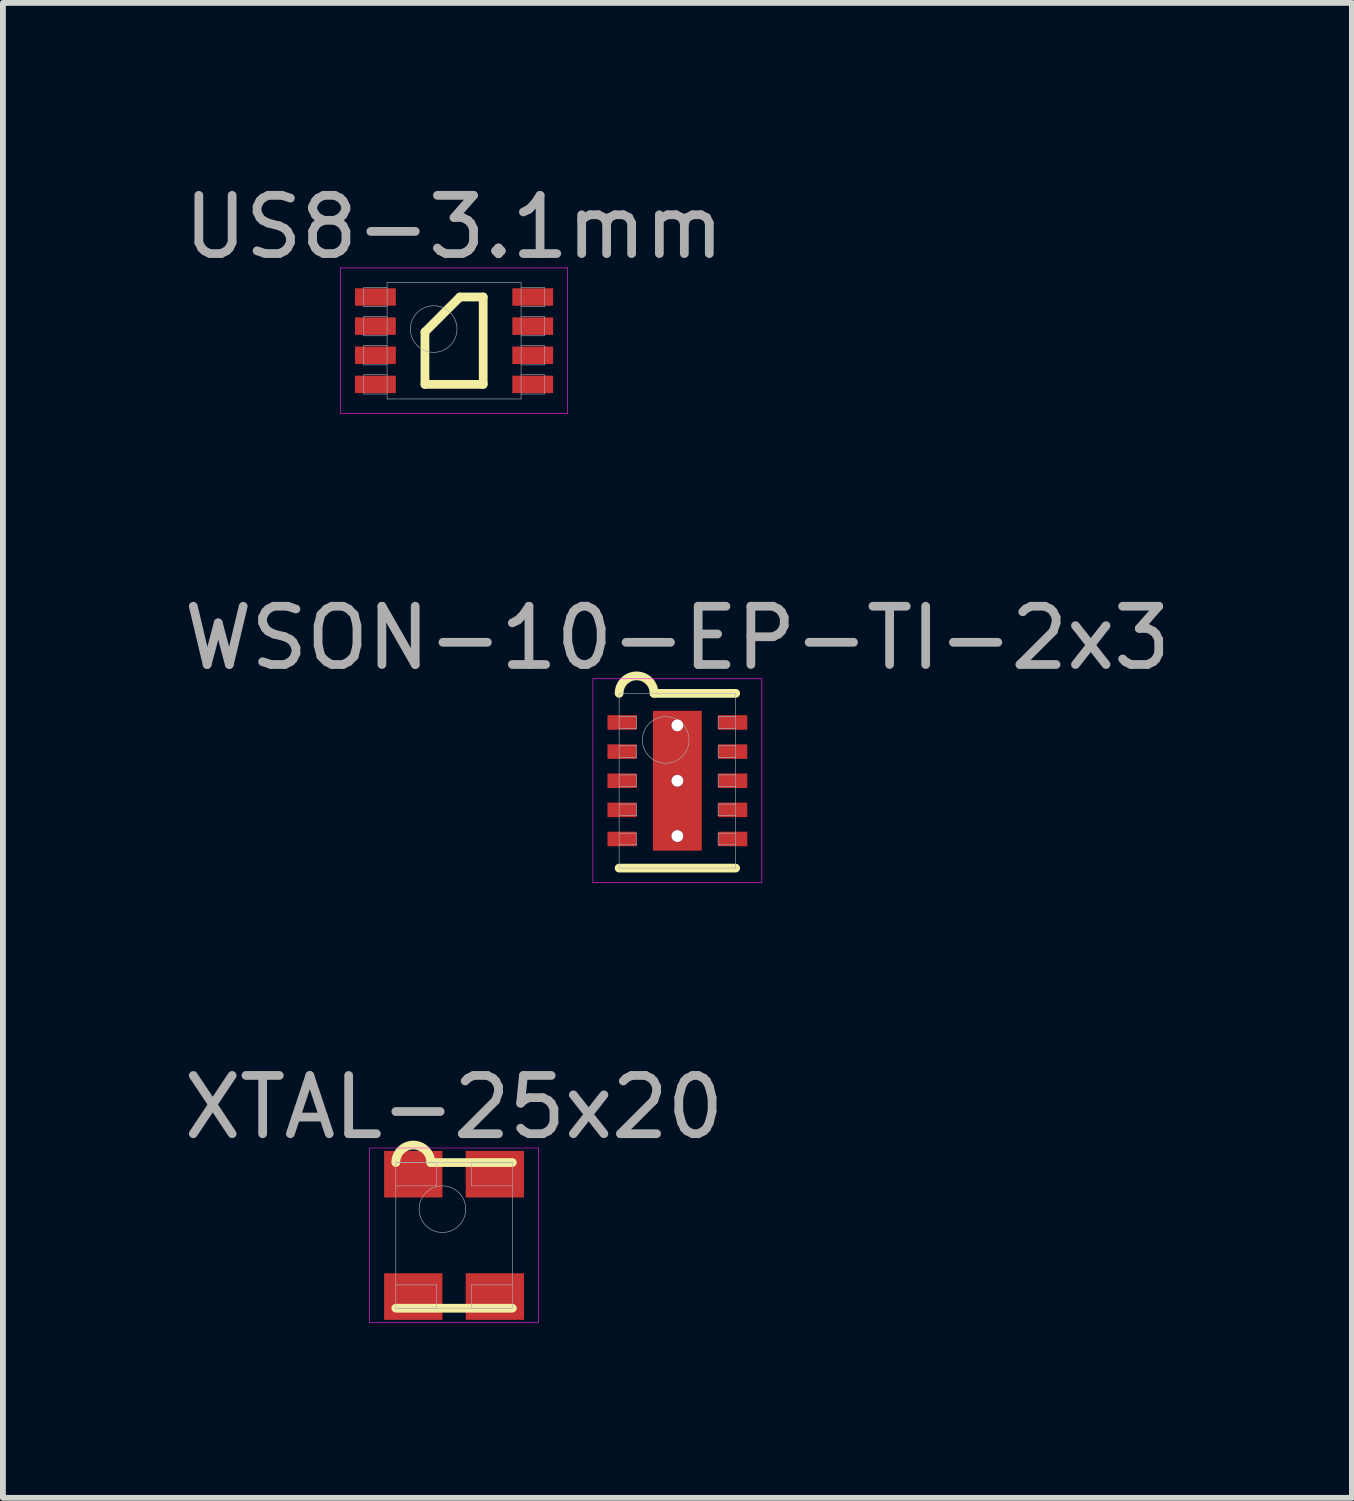
<source format=kicad_pcb>
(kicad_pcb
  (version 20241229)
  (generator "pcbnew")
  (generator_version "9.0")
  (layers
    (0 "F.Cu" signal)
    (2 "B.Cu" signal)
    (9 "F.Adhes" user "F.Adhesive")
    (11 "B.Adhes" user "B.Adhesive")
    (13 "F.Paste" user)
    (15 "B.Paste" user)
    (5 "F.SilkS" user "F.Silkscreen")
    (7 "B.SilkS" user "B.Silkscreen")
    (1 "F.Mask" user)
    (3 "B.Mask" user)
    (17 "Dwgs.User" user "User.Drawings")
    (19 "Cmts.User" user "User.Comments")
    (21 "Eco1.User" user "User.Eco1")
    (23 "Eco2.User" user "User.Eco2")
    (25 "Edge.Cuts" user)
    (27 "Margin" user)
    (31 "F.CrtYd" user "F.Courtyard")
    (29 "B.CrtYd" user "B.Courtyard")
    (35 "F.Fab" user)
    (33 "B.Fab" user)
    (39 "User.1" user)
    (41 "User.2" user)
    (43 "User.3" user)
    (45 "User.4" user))
  (footprint "US8-3.1mm"
    (layer "F.Cu")
    (at 4.744 2.798)
    (property "Reference" "US8-3.1mm" (at 0 -1.95 0) (layer "F.Fab") (effects (font (size 1 1) (thickness 0.15))))
    (attr through_hole)
    (fp_line (start -0.5 -0.15) (end 0.1 -0.75) (stroke (width 0.15) (type solid)) (layer "F.SilkS"))
    (fp_line (start -0.5 0.75) (end -0.5 -0.15) (stroke (width 0.15) (type solid)) (layer "F.SilkS"))
    (fp_line (start 0.1 -0.75) (end 0.5 -0.75) (stroke (width 0.15) (type solid)) (layer "F.SilkS"))
    (fp_line (start 0.5 -0.75) (end 0.5 0.75) (stroke (width 0.15) (type solid)) (layer "F.SilkS"))
    (fp_line (start 0.5 0.75) (end -0.5 0.75) (stroke (width 0.15) (type solid)) (layer "F.SilkS"))
    (fp_line (start -1.95 -1.25) (end 1.95 -1.25) (stroke (width 0.01) (type solid)) (layer "F.CrtYd"))
    (fp_line (start -1.95 1.25) (end -1.95 -1.25) (stroke (width 0.01) (type solid)) (layer "F.CrtYd"))
    (fp_line (start 1.95 -1.25) (end 1.95 1.25) (stroke (width 0.01) (type solid)) (layer "F.CrtYd"))
    (fp_line (start 1.95 1.25) (end -1.95 1.25) (stroke (width 0.01) (type solid)) (layer "F.CrtYd"))
    (fp_line (start -1.55 -0.915) (end -1.15 -0.915) (stroke (width 0.01) (type solid)) (layer "F.Fab"))
    (fp_line (start -1.55 -0.585) (end -1.55 -0.915) (stroke (width 0.01) (type solid)) (layer "F.Fab"))
    (fp_line (start -1.55 -0.415) (end -1.15 -0.415) (stroke (width 0.01) (type solid)) (layer "F.Fab"))
    (fp_line (start -1.55 -0.085) (end -1.55 -0.415) (stroke (width 0.01) (type solid)) (layer "F.Fab"))
    (fp_line (start -1.55 0.085) (end -1.15 0.085) (stroke (width 0.01) (type solid)) (layer "F.Fab"))
    (fp_line (start -1.55 0.415) (end -1.55 0.085) (stroke (width 0.01) (type solid)) (layer "F.Fab"))
    (fp_line (start -1.55 0.585) (end -1.15 0.585) (stroke (width 0.01) (type solid)) (layer "F.Fab"))
    (fp_line (start -1.55 0.915) (end -1.55 0.585) (stroke (width 0.01) (type solid)) (layer "F.Fab"))
    (fp_line (start -1.15 -1) (end 1.15 -1) (stroke (width 0.01) (type solid)) (layer "F.Fab"))
    (fp_line (start -1.15 -0.585) (end -1.55 -0.585) (stroke (width 0.01) (type solid)) (layer "F.Fab"))
    (fp_line (start -1.15 -0.085) (end -1.55 -0.085) (stroke (width 0.01) (type solid)) (layer "F.Fab"))
    (fp_line (start -1.15 0.415) (end -1.55 0.415) (stroke (width 0.01) (type solid)) (layer "F.Fab"))
    (fp_line (start -1.15 0.915) (end -1.55 0.915) (stroke (width 0.01) (type solid)) (layer "F.Fab"))
    (fp_line (start -1.15 1) (end -1.15 -1) (stroke (width 0.01) (type solid)) (layer "F.Fab"))
    (fp_line (start 1.15 -1) (end 1.15 1) (stroke (width 0.01) (type solid)) (layer "F.Fab"))
    (fp_line (start 1.15 -0.915) (end 1.55 -0.915) (stroke (width 0.01) (type solid)) (layer "F.Fab"))
    (fp_line (start 1.15 -0.415) (end 1.55 -0.415) (stroke (width 0.01) (type solid)) (layer "F.Fab"))
    (fp_line (start 1.15 0.085) (end 1.55 0.085) (stroke (width 0.01) (type solid)) (layer "F.Fab"))
    (fp_line (start 1.15 0.585) (end 1.55 0.585) (stroke (width 0.01) (type solid)) (layer "F.Fab"))
    (fp_line (start 1.15 1) (end -1.15 1) (stroke (width 0.01) (type solid)) (layer "F.Fab"))
    (fp_line (start 1.55 -0.915) (end 1.55 -0.585) (stroke (width 0.01) (type solid)) (layer "F.Fab"))
    (fp_line (start 1.55 -0.585) (end 1.15 -0.585) (stroke (width 0.01) (type solid)) (layer "F.Fab"))
    (fp_line (start 1.55 -0.415) (end 1.55 -0.085) (stroke (width 0.01) (type solid)) (layer "F.Fab"))
    (fp_line (start 1.55 -0.085) (end 1.15 -0.085) (stroke (width 0.01) (type solid)) (layer "F.Fab"))
    (fp_line (start 1.55 0.085) (end 1.55 0.415) (stroke (width 0.01) (type solid)) (layer "F.Fab"))
    (fp_line (start 1.55 0.415) (end 1.15 0.415) (stroke (width 0.01) (type solid)) (layer "F.Fab"))
    (fp_line (start 1.55 0.585) (end 1.55 0.915) (stroke (width 0.01) (type solid)) (layer "F.Fab"))
    (fp_line (start 1.55 0.915) (end 1.15 0.915) (stroke (width 0.01) (type solid)) (layer "F.Fab"))
    (fp_circle (center -0.35 -0.2) (end -0.35 0.2) (stroke (width 0.01) (type solid)) (fill no) (layer "F.Fab"))
    (pad "1" smd rect (at -1.35 -0.75) (size 0.7 0.3) (layers "F.Cu" "F.Mask" "F.Paste"))
    (pad "2" smd rect (at -1.35 -0.25) (size 0.7 0.3) (layers "F.Cu" "F.Mask" "F.Paste"))
    (pad "3" smd rect (at -1.35 0.25) (size 0.7 0.3) (layers "F.Cu" "F.Mask" "F.Paste"))
    (pad "4" smd rect (at -1.35 0.75) (size 0.7 0.3) (layers "F.Cu" "F.Mask" "F.Paste"))
    (pad "5" smd rect (at 1.35 0.75) (size 0.7 0.3) (layers "F.Cu" "F.Mask" "F.Paste"))
    (pad "6" smd rect (at 1.35 0.25) (size 0.7 0.3) (layers "F.Cu" "F.Mask" "F.Paste"))
    (pad "7" smd rect (at 1.35 -0.25) (size 0.7 0.3) (layers "F.Cu" "F.Mask" "F.Paste"))
    (pad "8" smd rect (at 1.35 -0.75) (size 0.7 0.3) (layers "F.Cu" "F.Mask" "F.Paste")))
  (footprint "XTAL-25x20"
    (layer "F.Cu")
    (at 4.744 18.155)
    (property "Reference" "XTAL-25x20" (at 0 -2.2 0) (layer "F.Fab") (effects (font (size 1 1) (thickness 0.15))))
    (attr through_hole)
    (fp_line (start -1 1.25) (end 1 1.25) (stroke (width 0.15) (type solid)) (layer "F.SilkS"))
    (fp_line (start -0.4 -1.25) (end 1 -1.25) (stroke (width 0.15) (type solid)) (layer "F.SilkS"))
    (fp_arc (start -1 -1.25) (mid -0.7 -1.55) (end -0.4 -1.25) (stroke (width 0.15) (type solid)) (layer "F.SilkS"))
    (fp_line (start -1.45 -1.5) (end 1.45 -1.5) (stroke (width 0.01) (type solid)) (layer "F.CrtYd"))
    (fp_line (start -1.45 1.5) (end -1.45 -1.5) (stroke (width 0.01) (type solid)) (layer "F.CrtYd"))
    (fp_line (start 1.45 -1.5) (end 1.45 1.5) (stroke (width 0.01) (type solid)) (layer "F.CrtYd"))
    (fp_line (start 1.45 1.5) (end -1.45 1.5) (stroke (width 0.01) (type solid)) (layer "F.CrtYd"))
    (fp_line (start -1 -1.25) (end 1 -1.25) (stroke (width 0.01) (type solid)) (layer "F.Fab"))
    (fp_line (start -1 -0.85) (end -0.3 -0.85) (stroke (width 0.01) (type solid)) (layer "F.Fab"))
    (fp_line (start -1 1.25) (end -1 -1.25) (stroke (width 0.01) (type solid)) (layer "F.Fab"))
    (fp_line (start -1 1.25) (end -0.3 1.25) (stroke (width 0.01) (type solid)) (layer "F.Fab"))
    (fp_line (start -0.3 -1.25) (end -1 -1.25) (stroke (width 0.01) (type solid)) (layer "F.Fab"))
    (fp_line (start -0.3 -0.85) (end -0.3 -1.25) (stroke (width 0.01) (type solid)) (layer "F.Fab"))
    (fp_line (start -0.3 0.85) (end -1 0.85) (stroke (width 0.01) (type solid)) (layer "F.Fab"))
    (fp_line (start -0.3 1.25) (end -0.3 0.85) (stroke (width 0.01) (type solid)) (layer "F.Fab"))
    (fp_line (start 0.3 -1.25) (end 0.3 -0.85) (stroke (width 0.01) (type solid)) (layer "F.Fab"))
    (fp_line (start 0.3 -0.85) (end 1 -0.85) (stroke (width 0.01) (type solid)) (layer "F.Fab"))
    (fp_line (start 0.3 0.85) (end 0.3 1.25) (stroke (width 0.01) (type solid)) (layer "F.Fab"))
    (fp_line (start 0.3 1.25) (end 1 1.25) (stroke (width 0.01) (type solid)) (layer "F.Fab"))
    (fp_line (start 1 -1.25) (end 0.3 -1.25) (stroke (width 0.01) (type solid)) (layer "F.Fab"))
    (fp_line (start 1 -1.25) (end 1 1.25) (stroke (width 0.01) (type solid)) (layer "F.Fab"))
    (fp_line (start 1 0.85) (end 0.3 0.85) (stroke (width 0.01) (type solid)) (layer "F.Fab"))
    (fp_line (start 1 1.25) (end -1 1.25) (stroke (width 0.01) (type solid)) (layer "F.Fab"))
    (fp_circle (center -0.2 -0.45) (end -0.2 -0.05) (stroke (width 0.01) (type solid)) (fill no) (layer "F.Fab"))
    (pad "1" smd rect (at -0.7 -1.05) (size 1 0.8) (layers "F.Cu" "F.Mask" "F.Paste"))
    (pad "2" smd rect (at -0.7 1.05) (size 1 0.8) (layers "F.Cu" "F.Mask" "F.Paste"))
    (pad "3" smd rect (at 0.7 1.05) (size 1 0.8) (layers "F.Cu" "F.Mask" "F.Paste"))
    (pad "4" smd rect (at 0.7 -1.05) (size 1 0.8) (layers "F.Cu" "F.Mask" "F.Paste")))
  (footprint "WSON-10-EP-TI-2x3"
    (layer "F.Cu")
    (at 8.577 10.351)
    (property "Reference" "WSON-10-EP-TI-2x3" (at 0 -2.45 0) (layer "F.Fab") (effects (font (size 1 1) (thickness 0.15))))
    (attr through_hole)
    (fp_line (start -1 1.5) (end 1 1.5) (stroke (width 0.15) (type solid)) (layer "F.SilkS"))
    (fp_line (start -0.4 -1.5) (end 1 -1.5) (stroke (width 0.15) (type solid)) (layer "F.SilkS"))
    (fp_arc (start -1 -1.5) (mid -0.7 -1.8) (end -0.4 -1.5) (stroke (width 0.15) (type solid)) (layer "F.SilkS"))
    (fp_line (start -1.45 -1.75) (end 1.45 -1.75) (stroke (width 0.01) (type solid)) (layer "F.CrtYd"))
    (fp_line (start -1.45 1.75) (end -1.45 -1.75) (stroke (width 0.01) (type solid)) (layer "F.CrtYd"))
    (fp_line (start 1.45 -1.75) (end 1.45 1.75) (stroke (width 0.01) (type solid)) (layer "F.CrtYd"))
    (fp_line (start 1.45 1.75) (end -1.45 1.75) (stroke (width 0.01) (type solid)) (layer "F.CrtYd"))
    (fp_line (start -1 -1.5) (end 1 -1.5) (stroke (width 0.01) (type solid)) (layer "F.Fab"))
    (fp_line (start -1 -0.9) (end -0.7 -0.9) (stroke (width 0.01) (type solid)) (layer "F.Fab"))
    (fp_line (start -1 -0.4) (end -0.7 -0.4) (stroke (width 0.01) (type solid)) (layer "F.Fab"))
    (fp_line (start -1 0.1) (end -0.7 0.1) (stroke (width 0.01) (type solid)) (layer "F.Fab"))
    (fp_line (start -1 0.6) (end -0.7 0.6) (stroke (width 0.01) (type solid)) (layer "F.Fab"))
    (fp_line (start -1 1.1) (end -0.7 1.1) (stroke (width 0.01) (type solid)) (layer "F.Fab"))
    (fp_line (start -1 1.5) (end -1 -1.5) (stroke (width 0.01) (type solid)) (layer "F.Fab"))
    (fp_line (start -0.7 -1.1) (end -1 -1.1) (stroke (width 0.01) (type solid)) (layer "F.Fab"))
    (fp_line (start -0.7 -0.9) (end -0.7 -1.1) (stroke (width 0.01) (type solid)) (layer "F.Fab"))
    (fp_line (start -0.7 -0.6) (end -1 -0.6) (stroke (width 0.01) (type solid)) (layer "F.Fab"))
    (fp_line (start -0.7 -0.4) (end -0.7 -0.6) (stroke (width 0.01) (type solid)) (layer "F.Fab"))
    (fp_line (start -0.7 -0.1) (end -1 -0.1) (stroke (width 0.01) (type solid)) (layer "F.Fab"))
    (fp_line (start -0.7 0.1) (end -0.7 -0.1) (stroke (width 0.01) (type solid)) (layer "F.Fab"))
    (fp_line (start -0.7 0.4) (end -1 0.4) (stroke (width 0.01) (type solid)) (layer "F.Fab"))
    (fp_line (start -0.7 0.6) (end -0.7 0.4) (stroke (width 0.01) (type solid)) (layer "F.Fab"))
    (fp_line (start -0.7 0.9) (end -1 0.9) (stroke (width 0.01) (type solid)) (layer "F.Fab"))
    (fp_line (start -0.7 1.1) (end -0.7 0.9) (stroke (width 0.01) (type solid)) (layer "F.Fab"))
    (fp_line (start 0.7 -1.1) (end 0.7 -0.9) (stroke (width 0.01) (type solid)) (layer "F.Fab"))
    (fp_line (start 0.7 -0.9) (end 1 -0.9) (stroke (width 0.01) (type solid)) (layer "F.Fab"))
    (fp_line (start 0.7 -0.6) (end 0.7 -0.4) (stroke (width 0.01) (type solid)) (layer "F.Fab"))
    (fp_line (start 0.7 -0.4) (end 1 -0.4) (stroke (width 0.01) (type solid)) (layer "F.Fab"))
    (fp_line (start 0.7 -0.1) (end 0.7 0.1) (stroke (width 0.01) (type solid)) (layer "F.Fab"))
    (fp_line (start 0.7 0.1) (end 1 0.1) (stroke (width 0.01) (type solid)) (layer "F.Fab"))
    (fp_line (start 0.7 0.4) (end 0.7 0.6) (stroke (width 0.01) (type solid)) (layer "F.Fab"))
    (fp_line (start 0.7 0.6) (end 1 0.6) (stroke (width 0.01) (type solid)) (layer "F.Fab"))
    (fp_line (start 0.7 0.9) (end 0.7 1.1) (stroke (width 0.01) (type solid)) (layer "F.Fab"))
    (fp_line (start 0.7 1.1) (end 1 1.1) (stroke (width 0.01) (type solid)) (layer "F.Fab"))
    (fp_line (start 1 -1.5) (end 1 1.5) (stroke (width 0.01) (type solid)) (layer "F.Fab"))
    (fp_line (start 1 -1.1) (end 0.7 -1.1) (stroke (width 0.01) (type solid)) (layer "F.Fab"))
    (fp_line (start 1 -0.6) (end 0.7 -0.6) (stroke (width 0.01) (type solid)) (layer "F.Fab"))
    (fp_line (start 1 -0.1) (end 0.7 -0.1) (stroke (width 0.01) (type solid)) (layer "F.Fab"))
    (fp_line (start 1 0.4) (end 0.7 0.4) (stroke (width 0.01) (type solid)) (layer "F.Fab"))
    (fp_line (start 1 0.9) (end 0.7 0.9) (stroke (width 0.01) (type solid)) (layer "F.Fab"))
    (fp_line (start 1 1.5) (end -1 1.5) (stroke (width 0.01) (type solid)) (layer "F.Fab"))
    (fp_circle (center -0.2 -0.7) (end -0.2 -0.3) (stroke (width 0.01) (type solid)) (fill no) (layer "F.Fab"))
    (pad "" smd rect (at 0 -0.6) (size 0.84 1) (layers "F.Paste"))
    (pad "" smd rect (at 0 0.6) (size 0.84 1) (layers "F.Paste"))
    (pad "1" smd rect (at -0.95 -1) (size 0.5 0.25) (layers "F.Cu" "F.Mask" "F.Paste"))
    (pad "2" smd rect (at -0.95 -0.5) (size 0.5 0.25) (layers "F.Cu" "F.Mask" "F.Paste"))
    (pad "3" smd rect (at -0.95 0) (size 0.5 0.25) (layers "F.Cu" "F.Mask" "F.Paste"))
    (pad "4" smd rect (at -0.95 0.5) (size 0.5 0.25) (layers "F.Cu" "F.Mask" "F.Paste"))
    (pad "5" smd rect (at -0.95 1) (size 0.5 0.25) (layers "F.Cu" "F.Mask" "F.Paste"))
    (pad "6" smd rect (at 0.95 1) (size 0.5 0.25) (layers "F.Cu" "F.Mask" "F.Paste"))
    (pad "7" smd rect (at 0.95 0.5) (size 0.5 0.25) (layers "F.Cu" "F.Mask" "F.Paste"))
    (pad "8" smd rect (at 0.95 0) (size 0.5 0.25) (layers "F.Cu" "F.Mask" "F.Paste"))
    (pad "9" smd rect (at 0.95 -0.5) (size 0.5 0.25) (layers "F.Cu" "F.Mask" "F.Paste"))
    (pad "10" smd rect (at 0.95 -1) (size 0.5 0.25) (layers "F.Cu" "F.Mask" "F.Paste"))
    (pad "EP" thru_hole circle (at 0 -0.95) (size 0.2 0.2) (drill 0.2) (layers "*.Cu"))
    (pad "EP" thru_hole circle (at 0 0) (size 0.2 0.2) (drill 0.2) (layers "*.Cu"))
    (pad "EP" smd rect (at 0 0) (size 0.84 2.4) (layers "F.Cu" "F.Mask"))
    (pad "EP" thru_hole circle (at 0 0.95) (size 0.2 0.2) (drill 0.2) (layers "*.Cu")))
  (gr_rect
    (start -3 -3)
    (end 20.155 22.66)
    (stroke (width 0.1) (type default))
    (fill no)
    (layer "Edge.Cuts")))
</source>
